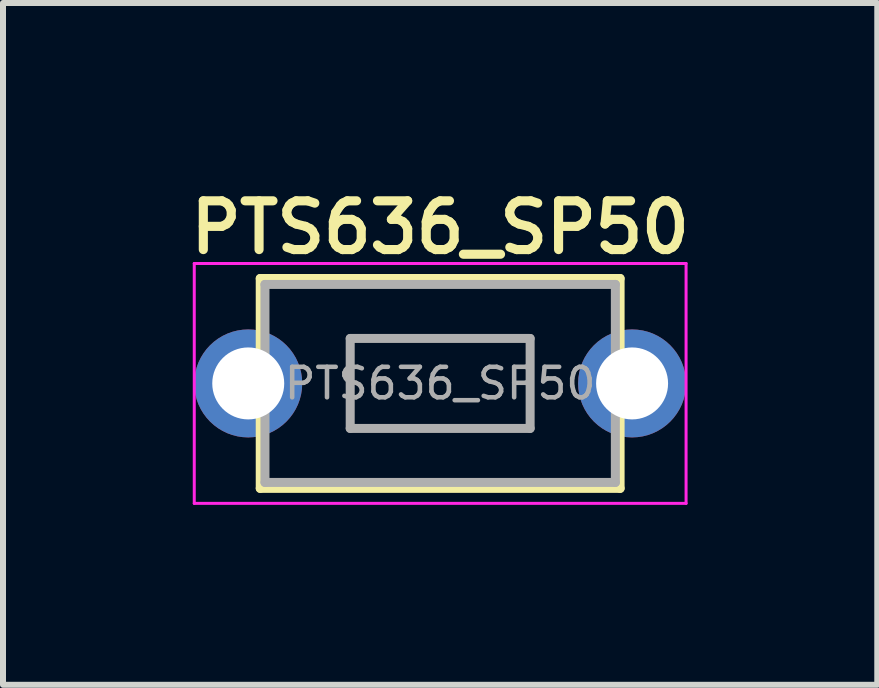
<source format=kicad_pcb>
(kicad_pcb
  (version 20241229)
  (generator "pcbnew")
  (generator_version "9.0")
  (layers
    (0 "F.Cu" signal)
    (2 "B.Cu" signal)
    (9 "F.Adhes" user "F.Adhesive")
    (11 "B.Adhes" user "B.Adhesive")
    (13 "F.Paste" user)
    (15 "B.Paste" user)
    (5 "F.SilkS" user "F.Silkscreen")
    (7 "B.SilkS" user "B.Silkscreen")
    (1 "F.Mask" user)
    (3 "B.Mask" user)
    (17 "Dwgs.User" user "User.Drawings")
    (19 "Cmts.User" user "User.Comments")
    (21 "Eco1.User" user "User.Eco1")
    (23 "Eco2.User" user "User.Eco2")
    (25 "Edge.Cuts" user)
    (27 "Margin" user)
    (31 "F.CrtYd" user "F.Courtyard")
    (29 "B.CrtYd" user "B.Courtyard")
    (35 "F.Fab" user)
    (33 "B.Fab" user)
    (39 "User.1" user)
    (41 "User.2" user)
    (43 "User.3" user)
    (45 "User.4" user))
  (footprint "PTS636_SP50"
    (layer "F.Cu")
    (at 4.289 3.343)
    (property "Reference" "PTS636_SP50" (at 0 -2.6 0) (layer "F.SilkS") (effects (font (size 0.813 0.813) (thickness 0.152))))
    (attr smd)
    (fp_line (start -3 -1.75) (end 3 -1.75) (stroke (width 0.15) (type solid)) (layer "F.SilkS"))
    (fp_line (start -3 1.75) (end -3 -1.75) (stroke (width 0.15) (type solid)) (layer "F.SilkS"))
    (fp_line (start 3 -1.75) (end 3 1.75) (stroke (width 0.15) (type solid)) (layer "F.SilkS"))
    (fp_line (start 3 1.75) (end -3 1.75) (stroke (width 0.15) (type solid)) (layer "F.SilkS"))
    (fp_line (start -4.1 -2) (end -4.1 2) (stroke (width 0.05) (type solid)) (layer "F.CrtYd"))
    (fp_line (start -4.1 -2) (end 4.1 -2) (stroke (width 0.05) (type solid)) (layer "F.CrtYd"))
    (fp_line (start -4.1 2) (end 4.1 2) (stroke (width 0.05) (type solid)) (layer "F.CrtYd"))
    (fp_line (start 4.1 -2) (end 4.1 2) (stroke (width 0.05) (type solid)) (layer "F.CrtYd"))
    (fp_line (start -2.921 -1.651) (end 2.921 -1.651) (stroke (width 0.15) (type solid)) (layer "F.Fab"))
    (fp_line (start -2.921 1.651) (end -2.921 -1.651) (stroke (width 0.15) (type solid)) (layer "F.Fab"))
    (fp_line (start -1.5 -0.75) (end 1.5 -0.75) (stroke (width 0.15) (type solid)) (layer "F.Fab"))
    (fp_line (start -1.5 0.75) (end -1.5 -0.75) (stroke (width 0.15) (type solid)) (layer "F.Fab"))
    (fp_line (start 1.5 -0.75) (end 1.5 0.75) (stroke (width 0.15) (type solid)) (layer "F.Fab"))
    (fp_line (start 1.5 0.75) (end -1.5 0.75) (stroke (width 0.15) (type solid)) (layer "F.Fab"))
    (fp_line (start 2.921 -1.651) (end 2.921 1.651) (stroke (width 0.15) (type solid)) (layer "F.Fab"))
    (fp_line (start 2.921 1.651) (end -2.921 1.651) (stroke (width 0.15) (type solid)) (layer "F.Fab"))
    (fp_text user "${REFERENCE}" (at 0 0 0) (layer "F.Fab") (effects (font (size 0.508 0.508) (thickness 0.076))))
    (pad "1" thru_hole circle (at -3.2 0) (size 1.8 1.8) (drill 1.2) (layers "*.Cu" "*.Mask"))
    (pad "2" thru_hole circle (at 3.2 0) (size 1.8 1.8) (drill 1.2) (layers "*.Cu" "*.Mask")))
  (gr_rect
    (start -3 -3)
    (end 11.577 8.368)
    (stroke (width 0.1) (type default))
    (fill no)
    (layer "Edge.Cuts")))
</source>
